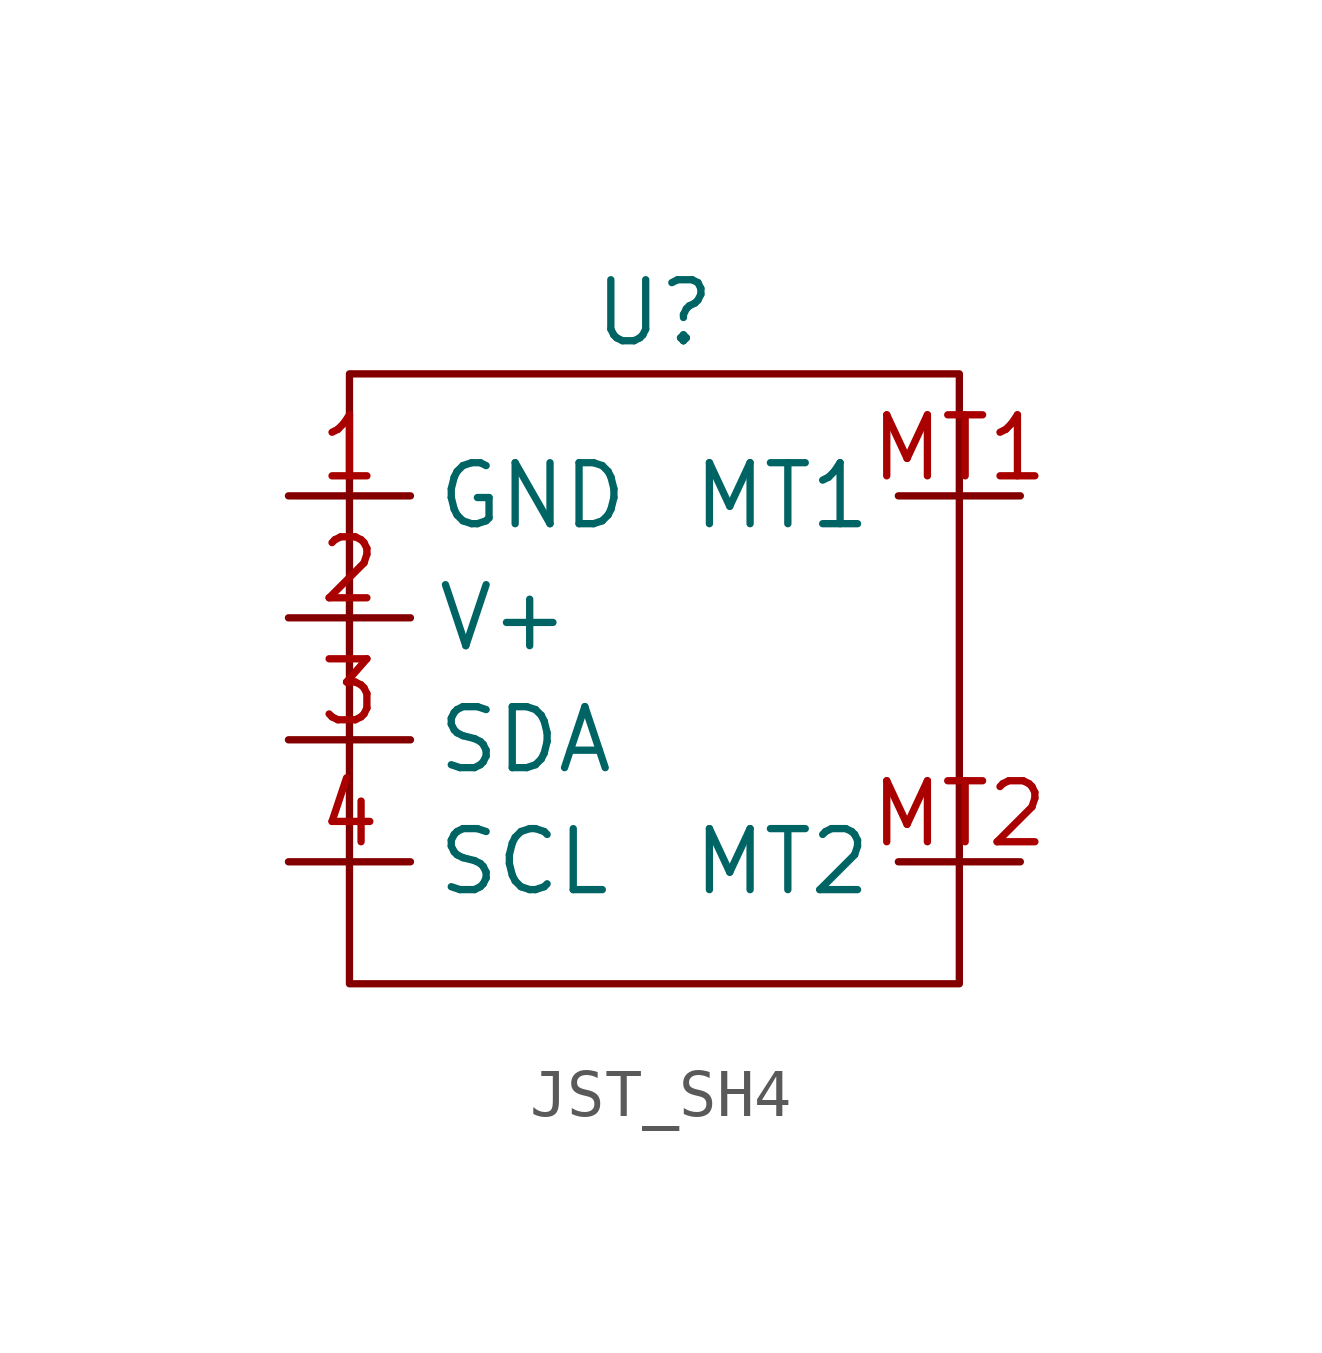
<source format=kicad_sym>
(kicad_symbol_lib
  (version 20220914)
  (generator kicad_symbol_editor)
  (symbol "JST_SH4"
    (property "Reference" "U"
      (at 0 7.62 0)
      (effects (font (size 1.27 1.27))))
    (property "Value" ""
      (at 0 7.62 0)
      (effects (font (size 1.27 1.27))))
    (symbol "JST_SH4_0_1"
      (rectangle (start -6.35 6.35) (end 6.35 -6.35) (stroke (width 0) (type default)) (fill (type none))))
    (symbol "JST_SH4_1_1"
      (pin input line (at -7.62 3.81 0) (length 2.54) (name "GND" (effects (font (size 1.27 1.27)))) (number "1" (effects (font (size 1.27 1.27)))))
      (pin input line (at -7.62 1.27 0) (length 2.54) (name "V+" (effects (font (size 1.27 1.27)))) (number "2" (effects (font (size 1.27 1.27)))))
      (pin input line (at -7.62 -1.27 0) (length 2.54) (name "SDA" (effects (font (size 1.27 1.27)))) (number "3" (effects (font (size 1.27 1.27)))))
      (pin input line (at -7.62 -3.81 0) (length 2.54) (name "SCL" (effects (font (size 1.27 1.27)))) (number "4" (effects (font (size 1.27 1.27)))))
      (pin input line (at 7.62 3.81 180) (length 2.54) (name "MT1" (effects (font (size 1.27 1.27)))) (number "MT1" (effects (font (size 1.27 1.27)))))
      (pin input line (at 7.62 -3.81 180) (length 2.54) (name "MT2" (effects (font (size 1.27 1.27)))) (number "MT2" (effects (font (size 1.27 1.27))))))))
</source>
